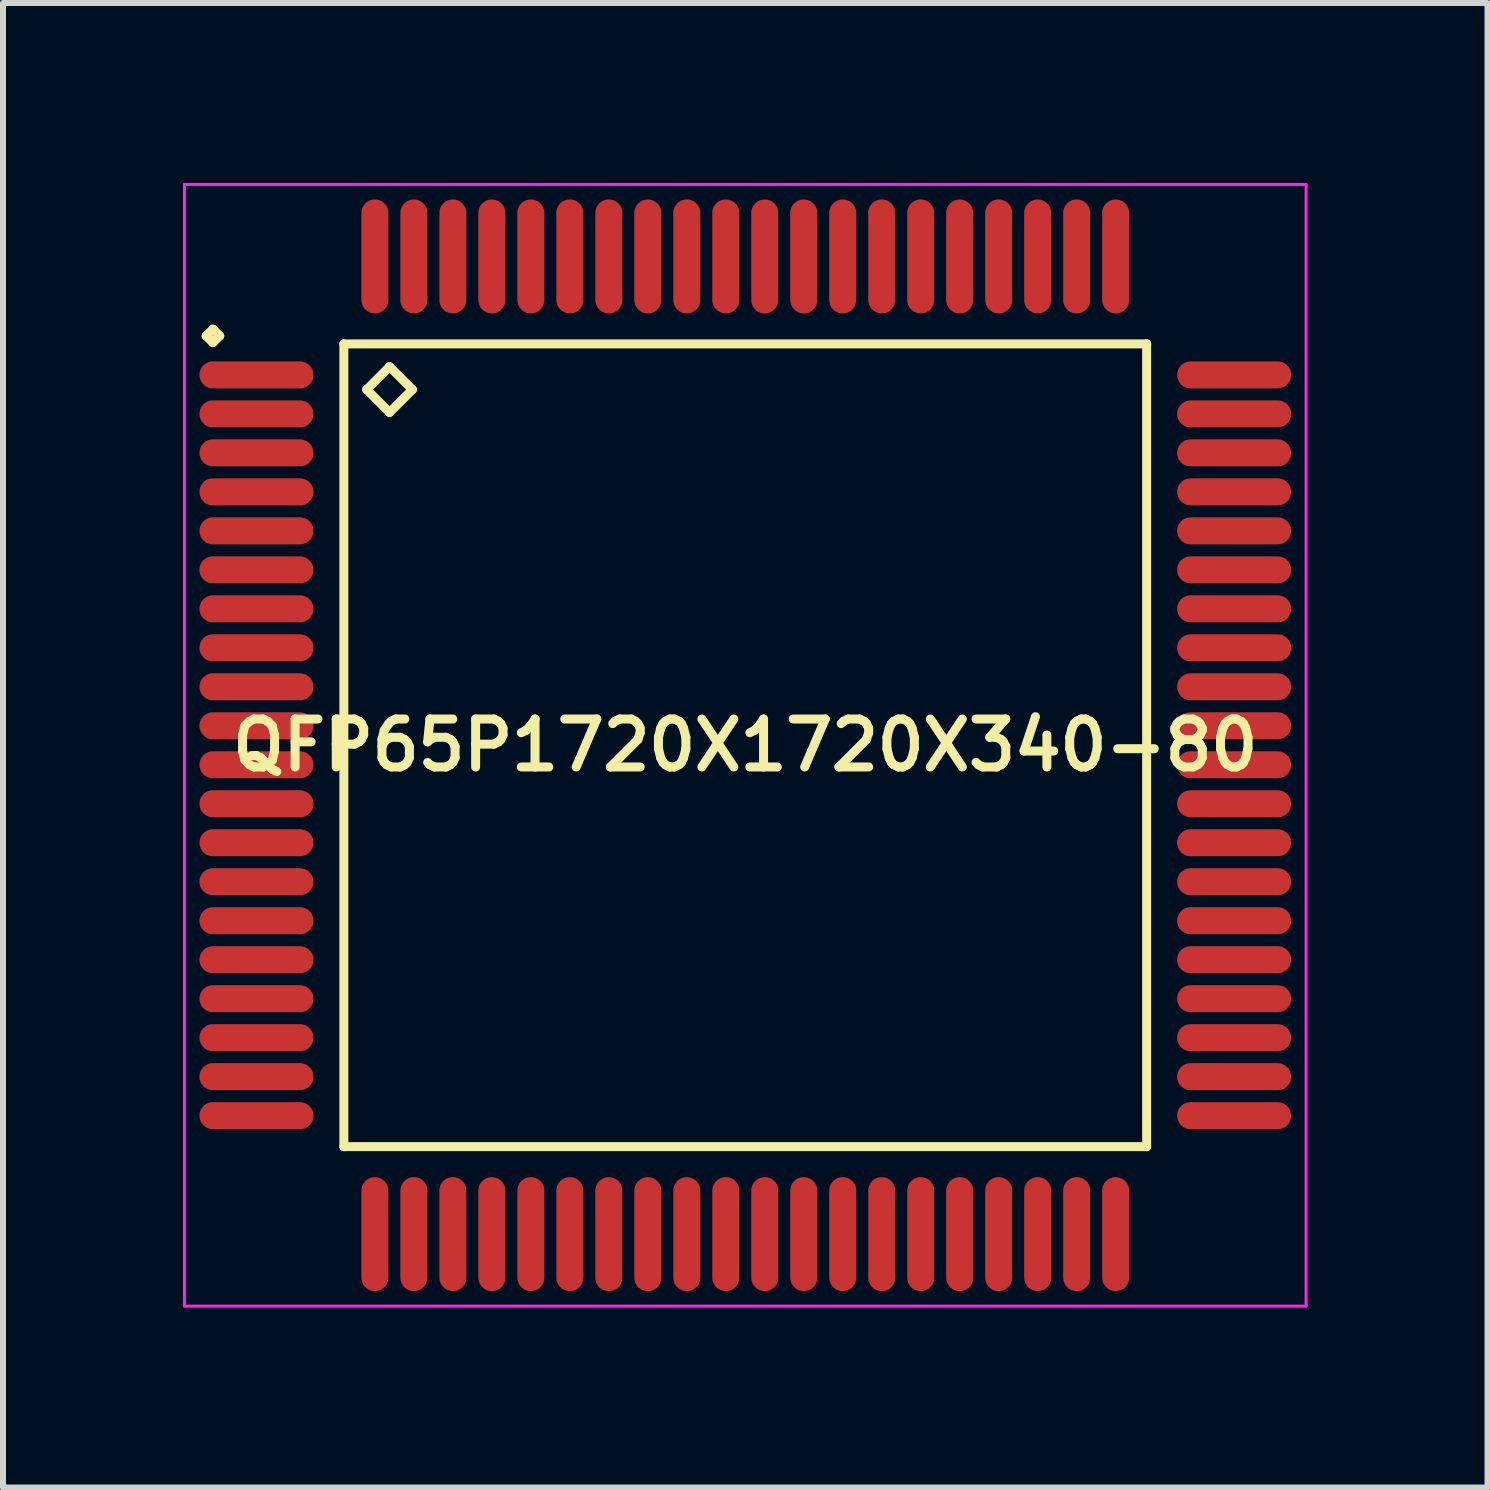
<source format=kicad_pcb>
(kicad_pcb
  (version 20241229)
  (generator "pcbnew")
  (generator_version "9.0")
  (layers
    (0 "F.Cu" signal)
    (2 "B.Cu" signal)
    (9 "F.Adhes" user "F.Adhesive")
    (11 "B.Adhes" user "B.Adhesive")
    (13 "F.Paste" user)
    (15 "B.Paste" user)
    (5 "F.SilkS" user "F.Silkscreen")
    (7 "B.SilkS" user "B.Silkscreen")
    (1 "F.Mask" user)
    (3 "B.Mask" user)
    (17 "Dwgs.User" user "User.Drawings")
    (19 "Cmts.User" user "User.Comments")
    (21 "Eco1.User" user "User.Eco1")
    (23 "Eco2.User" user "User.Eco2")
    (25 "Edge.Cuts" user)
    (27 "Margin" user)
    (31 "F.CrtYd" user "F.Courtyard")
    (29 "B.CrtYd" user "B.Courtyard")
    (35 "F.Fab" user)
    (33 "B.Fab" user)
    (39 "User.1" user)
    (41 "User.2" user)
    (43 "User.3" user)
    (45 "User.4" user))
  (footprint "QFP65P1720X1720X340-80"
    (layer "F.Cu")
    (at 9.375 9.375)
    (property "Reference" "QFP65P1720X1720X340-80" (at 0 0 0) (layer "F.SilkS") (effects (font (size 0.8 0.8) (thickness 0.15))))
    (attr smd)
    (fp_line (start -8.988 -6.825) (end -8.875 -6.938) (stroke (width 0.15) (type solid)) (layer "F.SilkS"))
    (fp_line (start -8.875 -6.938) (end -8.762 -6.825) (stroke (width 0.15) (type solid)) (layer "F.SilkS"))
    (fp_line (start -8.875 -6.713) (end -8.988 -6.825) (stroke (width 0.15) (type solid)) (layer "F.SilkS"))
    (fp_line (start -8.762 -6.825) (end -8.875 -6.713) (stroke (width 0.15) (type solid)) (layer "F.SilkS"))
    (fp_line (start -6.692 -6.692) (end -6.692 6.692) (stroke (width 0.15) (type solid)) (layer "F.SilkS"))
    (fp_line (start -6.692 6.692) (end 6.692 6.692) (stroke (width 0.15) (type solid)) (layer "F.SilkS"))
    (fp_line (start -6.311 -5.93) (end -5.93 -6.311) (stroke (width 0.15) (type solid)) (layer "F.SilkS"))
    (fp_line (start -5.93 -6.311) (end -5.549 -5.93) (stroke (width 0.15) (type solid)) (layer "F.SilkS"))
    (fp_line (start -5.93 -5.549) (end -6.311 -5.93) (stroke (width 0.15) (type solid)) (layer "F.SilkS"))
    (fp_line (start -5.549 -5.93) (end -5.93 -5.549) (stroke (width 0.15) (type solid)) (layer "F.SilkS"))
    (fp_line (start 6.692 -6.692) (end -6.692 -6.692) (stroke (width 0.15) (type solid)) (layer "F.SilkS"))
    (fp_line (start 6.692 6.692) (end 6.692 -6.692) (stroke (width 0.15) (type solid)) (layer "F.SilkS"))
    (fp_line (start -9.35 -9.35) (end 9.35 -9.35) (stroke (width 0.05) (type solid)) (layer "F.CrtYd"))
    (fp_line (start -9.35 9.35) (end -9.35 -9.35) (stroke (width 0.05) (type solid)) (layer "F.CrtYd"))
    (fp_line (start 9.35 -9.35) (end 9.35 9.35) (stroke (width 0.05) (type solid)) (layer "F.CrtYd"))
    (fp_line (start 9.35 9.35) (end -9.35 9.35) (stroke (width 0.05) (type solid)) (layer "F.CrtYd"))
    (pad "1" smd oval (at -8.15 -6.175) (size 1.9 0.45) (layers "F.Cu" "F.Mask" "F.Paste"))
    (pad "2" smd oval (at -8.15 -5.525) (size 1.9 0.45) (layers "F.Cu" "F.Mask" "F.Paste"))
    (pad "3" smd oval (at -8.15 -4.875) (size 1.9 0.45) (layers "F.Cu" "F.Mask" "F.Paste"))
    (pad "4" smd oval (at -8.15 -4.225) (size 1.9 0.45) (layers "F.Cu" "F.Mask" "F.Paste"))
    (pad "5" smd oval (at -8.15 -3.575) (size 1.9 0.45) (layers "F.Cu" "F.Mask" "F.Paste"))
    (pad "6" smd oval (at -8.15 -2.925) (size 1.9 0.45) (layers "F.Cu" "F.Mask" "F.Paste"))
    (pad "7" smd oval (at -8.15 -2.275) (size 1.9 0.45) (layers "F.Cu" "F.Mask" "F.Paste"))
    (pad "8" smd oval (at -8.15 -1.625) (size 1.9 0.45) (layers "F.Cu" "F.Mask" "F.Paste"))
    (pad "9" smd oval (at -8.15 -0.975) (size 1.9 0.45) (layers "F.Cu" "F.Mask" "F.Paste"))
    (pad "10" smd oval (at -8.15 -0.325) (size 1.9 0.45) (layers "F.Cu" "F.Mask" "F.Paste"))
    (pad "11" smd oval (at -8.15 0.325) (size 1.9 0.45) (layers "F.Cu" "F.Mask" "F.Paste"))
    (pad "12" smd oval (at -8.15 0.975) (size 1.9 0.45) (layers "F.Cu" "F.Mask" "F.Paste"))
    (pad "13" smd oval (at -8.15 1.625) (size 1.9 0.45) (layers "F.Cu" "F.Mask" "F.Paste"))
    (pad "14" smd oval (at -8.15 2.275) (size 1.9 0.45) (layers "F.Cu" "F.Mask" "F.Paste"))
    (pad "15" smd oval (at -8.15 2.925) (size 1.9 0.45) (layers "F.Cu" "F.Mask" "F.Paste"))
    (pad "16" smd oval (at -8.15 3.575) (size 1.9 0.45) (layers "F.Cu" "F.Mask" "F.Paste"))
    (pad "17" smd oval (at -8.15 4.225) (size 1.9 0.45) (layers "F.Cu" "F.Mask" "F.Paste"))
    (pad "18" smd oval (at -8.15 4.875) (size 1.9 0.45) (layers "F.Cu" "F.Mask" "F.Paste"))
    (pad "19" smd oval (at -8.15 5.525) (size 1.9 0.45) (layers "F.Cu" "F.Mask" "F.Paste"))
    (pad "20" smd oval (at -8.15 6.175) (size 1.9 0.45) (layers "F.Cu" "F.Mask" "F.Paste"))
    (pad "21" smd oval (at -6.175 8.15) (size 0.45 1.9) (layers "F.Cu" "F.Mask" "F.Paste"))
    (pad "22" smd oval (at -5.525 8.15) (size 0.45 1.9) (layers "F.Cu" "F.Mask" "F.Paste"))
    (pad "23" smd oval (at -4.875 8.15) (size 0.45 1.9) (layers "F.Cu" "F.Mask" "F.Paste"))
    (pad "24" smd oval (at -4.225 8.15) (size 0.45 1.9) (layers "F.Cu" "F.Mask" "F.Paste"))
    (pad "25" smd oval (at -3.575 8.15) (size 0.45 1.9) (layers "F.Cu" "F.Mask" "F.Paste"))
    (pad "26" smd oval (at -2.925 8.15) (size 0.45 1.9) (layers "F.Cu" "F.Mask" "F.Paste"))
    (pad "27" smd oval (at -2.275 8.15) (size 0.45 1.9) (layers "F.Cu" "F.Mask" "F.Paste"))
    (pad "28" smd oval (at -1.625 8.15) (size 0.45 1.9) (layers "F.Cu" "F.Mask" "F.Paste"))
    (pad "29" smd oval (at -0.975 8.15) (size 0.45 1.9) (layers "F.Cu" "F.Mask" "F.Paste"))
    (pad "30" smd oval (at -0.325 8.15) (size 0.45 1.9) (layers "F.Cu" "F.Mask" "F.Paste"))
    (pad "31" smd oval (at 0.325 8.15) (size 0.45 1.9) (layers "F.Cu" "F.Mask" "F.Paste"))
    (pad "32" smd oval (at 0.975 8.15) (size 0.45 1.9) (layers "F.Cu" "F.Mask" "F.Paste"))
    (pad "33" smd oval (at 1.625 8.15) (size 0.45 1.9) (layers "F.Cu" "F.Mask" "F.Paste"))
    (pad "34" smd oval (at 2.275 8.15) (size 0.45 1.9) (layers "F.Cu" "F.Mask" "F.Paste"))
    (pad "35" smd oval (at 2.925 8.15) (size 0.45 1.9) (layers "F.Cu" "F.Mask" "F.Paste"))
    (pad "36" smd oval (at 3.575 8.15) (size 0.45 1.9) (layers "F.Cu" "F.Mask" "F.Paste"))
    (pad "37" smd oval (at 4.225 8.15) (size 0.45 1.9) (layers "F.Cu" "F.Mask" "F.Paste"))
    (pad "38" smd oval (at 4.875 8.15) (size 0.45 1.9) (layers "F.Cu" "F.Mask" "F.Paste"))
    (pad "39" smd oval (at 5.525 8.15) (size 0.45 1.9) (layers "F.Cu" "F.Mask" "F.Paste"))
    (pad "40" smd oval (at 6.175 8.15) (size 0.45 1.9) (layers "F.Cu" "F.Mask" "F.Paste"))
    (pad "41" smd oval (at 8.15 6.175) (size 1.9 0.45) (layers "F.Cu" "F.Mask" "F.Paste"))
    (pad "42" smd oval (at 8.15 5.525) (size 1.9 0.45) (layers "F.Cu" "F.Mask" "F.Paste"))
    (pad "43" smd oval (at 8.15 4.875) (size 1.9 0.45) (layers "F.Cu" "F.Mask" "F.Paste"))
    (pad "44" smd oval (at 8.15 4.225) (size 1.9 0.45) (layers "F.Cu" "F.Mask" "F.Paste"))
    (pad "45" smd oval (at 8.15 3.575) (size 1.9 0.45) (layers "F.Cu" "F.Mask" "F.Paste"))
    (pad "46" smd oval (at 8.15 2.925) (size 1.9 0.45) (layers "F.Cu" "F.Mask" "F.Paste"))
    (pad "47" smd oval (at 8.15 2.275) (size 1.9 0.45) (layers "F.Cu" "F.Mask" "F.Paste"))
    (pad "48" smd oval (at 8.15 1.625) (size 1.9 0.45) (layers "F.Cu" "F.Mask" "F.Paste"))
    (pad "49" smd oval (at 8.15 0.975) (size 1.9 0.45) (layers "F.Cu" "F.Mask" "F.Paste"))
    (pad "50" smd oval (at 8.15 0.325) (size 1.9 0.45) (layers "F.Cu" "F.Mask" "F.Paste"))
    (pad "51" smd oval (at 8.15 -0.325) (size 1.9 0.45) (layers "F.Cu" "F.Mask" "F.Paste"))
    (pad "52" smd oval (at 8.15 -0.975) (size 1.9 0.45) (layers "F.Cu" "F.Mask" "F.Paste"))
    (pad "53" smd oval (at 8.15 -1.625) (size 1.9 0.45) (layers "F.Cu" "F.Mask" "F.Paste"))
    (pad "54" smd oval (at 8.15 -2.275) (size 1.9 0.45) (layers "F.Cu" "F.Mask" "F.Paste"))
    (pad "55" smd oval (at 8.15 -2.925) (size 1.9 0.45) (layers "F.Cu" "F.Mask" "F.Paste"))
    (pad "56" smd oval (at 8.15 -3.575) (size 1.9 0.45) (layers "F.Cu" "F.Mask" "F.Paste"))
    (pad "57" smd oval (at 8.15 -4.225) (size 1.9 0.45) (layers "F.Cu" "F.Mask" "F.Paste"))
    (pad "58" smd oval (at 8.15 -4.875) (size 1.9 0.45) (layers "F.Cu" "F.Mask" "F.Paste"))
    (pad "59" smd oval (at 8.15 -5.525) (size 1.9 0.45) (layers "F.Cu" "F.Mask" "F.Paste"))
    (pad "60" smd oval (at 8.15 -6.175) (size 1.9 0.45) (layers "F.Cu" "F.Mask" "F.Paste"))
    (pad "61" smd oval (at 6.175 -8.15) (size 0.45 1.9) (layers "F.Cu" "F.Mask" "F.Paste"))
    (pad "62" smd oval (at 5.525 -8.15) (size 0.45 1.9) (layers "F.Cu" "F.Mask" "F.Paste"))
    (pad "63" smd oval (at 4.875 -8.15) (size 0.45 1.9) (layers "F.Cu" "F.Mask" "F.Paste"))
    (pad "64" smd oval (at 4.225 -8.15) (size 0.45 1.9) (layers "F.Cu" "F.Mask" "F.Paste"))
    (pad "65" smd oval (at 3.575 -8.15) (size 0.45 1.9) (layers "F.Cu" "F.Mask" "F.Paste"))
    (pad "66" smd oval (at 2.925 -8.15) (size 0.45 1.9) (layers "F.Cu" "F.Mask" "F.Paste"))
    (pad "67" smd oval (at 2.275 -8.15) (size 0.45 1.9) (layers "F.Cu" "F.Mask" "F.Paste"))
    (pad "68" smd oval (at 1.625 -8.15) (size 0.45 1.9) (layers "F.Cu" "F.Mask" "F.Paste"))
    (pad "69" smd oval (at 0.975 -8.15) (size 0.45 1.9) (layers "F.Cu" "F.Mask" "F.Paste"))
    (pad "70" smd oval (at 0.325 -8.15) (size 0.45 1.9) (layers "F.Cu" "F.Mask" "F.Paste"))
    (pad "71" smd oval (at -0.325 -8.15) (size 0.45 1.9) (layers "F.Cu" "F.Mask" "F.Paste"))
    (pad "72" smd oval (at -0.975 -8.15) (size 0.45 1.9) (layers "F.Cu" "F.Mask" "F.Paste"))
    (pad "73" smd oval (at -1.625 -8.15) (size 0.45 1.9) (layers "F.Cu" "F.Mask" "F.Paste"))
    (pad "74" smd oval (at -2.275 -8.15) (size 0.45 1.9) (layers "F.Cu" "F.Mask" "F.Paste"))
    (pad "75" smd oval (at -2.925 -8.15) (size 0.45 1.9) (layers "F.Cu" "F.Mask" "F.Paste"))
    (pad "76" smd oval (at -3.575 -8.15) (size 0.45 1.9) (layers "F.Cu" "F.Mask" "F.Paste"))
    (pad "77" smd oval (at -4.225 -8.15) (size 0.45 1.9) (layers "F.Cu" "F.Mask" "F.Paste"))
    (pad "78" smd oval (at -4.875 -8.15) (size 0.45 1.9) (layers "F.Cu" "F.Mask" "F.Paste"))
    (pad "79" smd oval (at -5.525 -8.15) (size 0.45 1.9) (layers "F.Cu" "F.Mask" "F.Paste"))
    (pad "80" smd oval (at -6.175 -8.15) (size 0.45 1.9) (layers "F.Cu" "F.Mask" "F.Paste")))
  (gr_rect
    (start -3 -3)
    (end 21.75 21.75)
    (stroke (width 0.1) (type default))
    (fill no)
    (layer "Edge.Cuts")))
</source>
